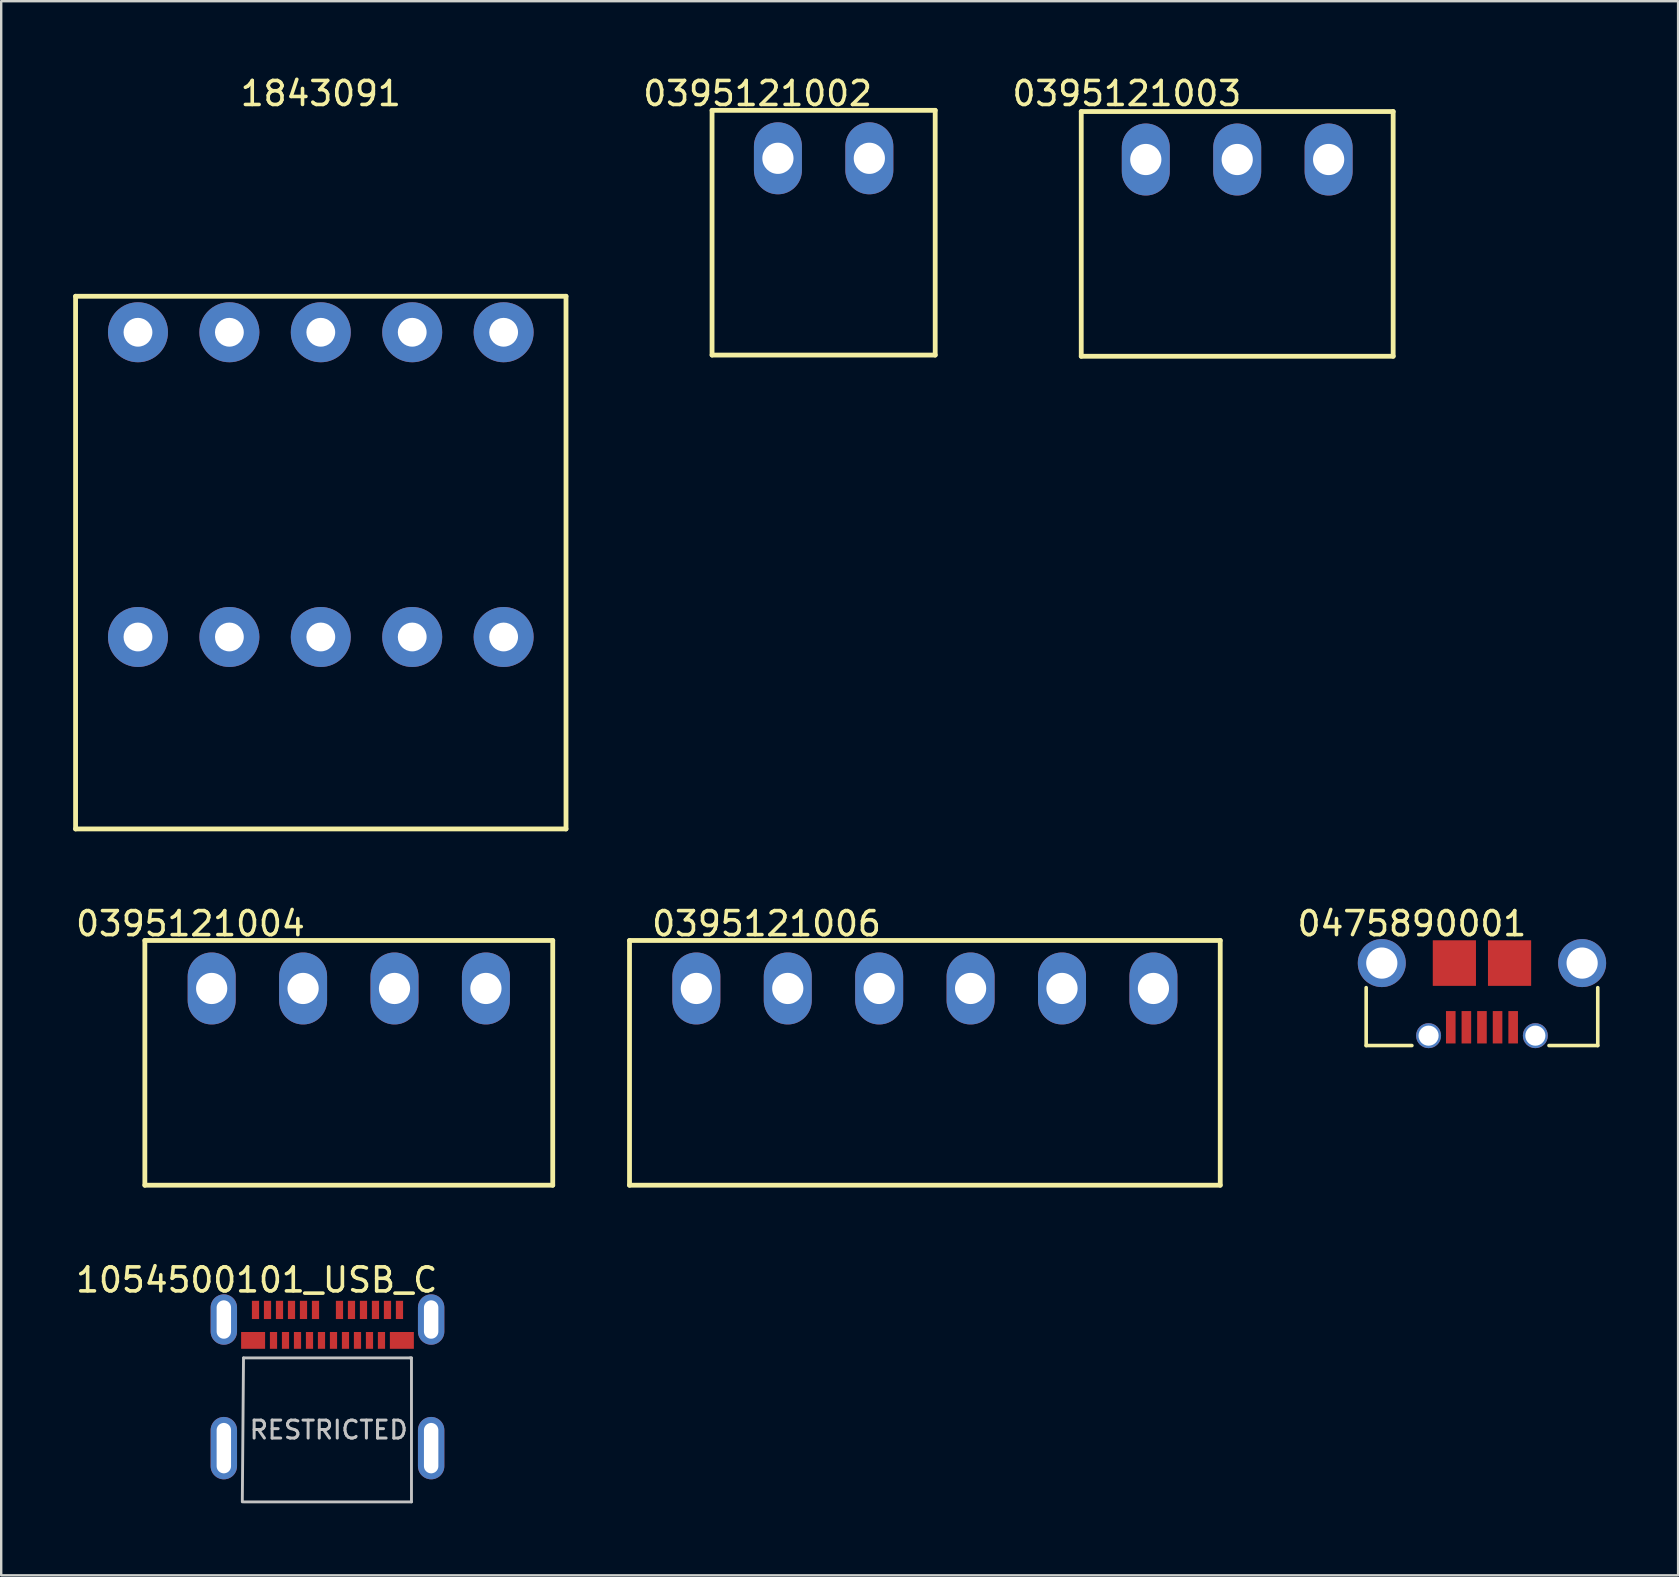
<source format=kicad_pcb>
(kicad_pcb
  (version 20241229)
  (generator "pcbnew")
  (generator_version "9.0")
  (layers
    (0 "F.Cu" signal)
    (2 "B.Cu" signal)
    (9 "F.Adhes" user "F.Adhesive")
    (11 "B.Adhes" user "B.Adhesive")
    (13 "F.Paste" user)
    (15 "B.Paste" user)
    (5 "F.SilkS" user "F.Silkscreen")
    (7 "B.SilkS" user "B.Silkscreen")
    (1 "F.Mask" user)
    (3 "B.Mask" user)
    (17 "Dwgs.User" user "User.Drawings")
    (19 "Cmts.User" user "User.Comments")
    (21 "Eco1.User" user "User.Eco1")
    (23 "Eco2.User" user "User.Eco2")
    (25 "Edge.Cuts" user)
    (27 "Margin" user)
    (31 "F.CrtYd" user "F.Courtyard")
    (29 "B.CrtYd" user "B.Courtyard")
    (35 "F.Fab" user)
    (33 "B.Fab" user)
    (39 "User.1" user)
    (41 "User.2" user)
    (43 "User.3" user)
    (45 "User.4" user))
  (footprint "0395121002"
    (layer "F.Cu")
    (at 31.277 3.548)
    (property "Reference" "0395121002" (at -2.75 -2.7 0) (layer "F.SilkS") (effects (font (size 1 1) (thickness 0.15))))
    (attr through_hole)
    (fp_line (start -4.65 -2) (end -4.65 8.2) (stroke (width 0.2) (type solid)) (layer "F.SilkS"))
    (fp_line (start -4.65 -2) (end 4.65 -2) (stroke (width 0.2) (type solid)) (layer "F.SilkS"))
    (fp_line (start -4.65 8.2) (end 4.65 8.2) (stroke (width 0.2) (type solid)) (layer "F.SilkS"))
    (fp_line (start 4.65 -2) (end 4.65 8.2) (stroke (width 0.2) (type solid)) (layer "F.SilkS"))
    (pad "1" thru_hole oval (at -1.905 0) (size 2 3) (drill 1.3) (layers "*.Cu" "*.Mask"))
    (pad "2" thru_hole oval (at 1.905 0) (size 2 3) (drill 1.3) (layers "*.Cu" "*.Mask")))
  (footprint "1843091"
    (layer "F.Cu")
    (at 10.32 10.798)
    (property "Reference" "1843091" (at 0 -9.95 0) (layer "F.SilkS") (effects (font (size 1 1) (thickness 0.15))))
    (attr through_hole)
    (fp_line (start -10.22 -1.5) (end -10.22 20.7) (stroke (width 0.2) (type solid)) (layer "F.SilkS"))
    (fp_line (start -10.22 -1.5) (end 10.22 -1.5) (stroke (width 0.2) (type solid)) (layer "F.SilkS"))
    (fp_line (start -10.22 20.7) (end 10.22 20.7) (stroke (width 0.2) (type solid)) (layer "F.SilkS"))
    (fp_line (start 10.22 -1.5) (end 10.22 20.7) (stroke (width 0.2) (type solid)) (layer "F.SilkS"))
    (pad "1" thru_hole circle (at -7.62 0) (size 2.5 2.5) (drill 1.2) (layers "*.Cu" "*.Mask"))
    (pad "2" thru_hole circle (at -3.81 0) (size 2.5 2.5) (drill 1.2) (layers "*.Cu" "*.Mask"))
    (pad "3" thru_hole circle (at 0 0) (size 2.5 2.5) (drill 1.2) (layers "*.Cu" "*.Mask"))
    (pad "4" thru_hole circle (at 3.81 0) (size 2.5 2.5) (drill 1.2) (layers "*.Cu" "*.Mask"))
    (pad "5" thru_hole circle (at 7.62 0) (size 2.5 2.5) (drill 1.2) (layers "*.Cu" "*.Mask"))
    (pad "6" thru_hole circle (at -7.62 12.7) (size 2.5 2.5) (drill 1.2) (layers "*.Cu" "*.Mask"))
    (pad "7" thru_hole circle (at -3.81 12.7) (size 2.5 2.5) (drill 1.2) (layers "*.Cu" "*.Mask"))
    (pad "8" thru_hole circle (at 0 12.7) (size 2.5 2.5) (drill 1.2) (layers "*.Cu" "*.Mask"))
    (pad "9" thru_hole circle (at 3.81 12.7) (size 2.5 2.5) (drill 1.2) (layers "*.Cu" "*.Mask"))
    (pad "10" thru_hole circle (at 7.62 12.7) (size 2.5 2.5) (drill 1.2) (layers "*.Cu" "*.Mask")))
  (footprint "0395121003"
    (layer "F.Cu")
    (at 48.514 3.598)
    (property "Reference" "0395121003" (at -4.6 -2.75 0) (layer "F.SilkS") (effects (font (size 1 1) (thickness 0.15))))
    (attr through_hole)
    (fp_line (start -6.5 -2) (end -6.5 8.2) (stroke (width 0.2) (type solid)) (layer "F.SilkS"))
    (fp_line (start -6.5 -2) (end 6.5 -2) (stroke (width 0.2) (type solid)) (layer "F.SilkS"))
    (fp_line (start -6.5 8.2) (end 6.5 8.2) (stroke (width 0.2) (type solid)) (layer "F.SilkS"))
    (fp_line (start 6.5 -2) (end 6.5 8.2) (stroke (width 0.2) (type solid)) (layer "F.SilkS"))
    (pad "1" thru_hole oval (at -3.81 0) (size 2 3) (drill 1.3) (layers "*.Cu" "*.Mask"))
    (pad "2" thru_hole oval (at 0 0) (size 2 3) (drill 1.3) (layers "*.Cu" "*.Mask"))
    (pad "3" thru_hole oval (at 3.81 0) (size 2 3) (drill 1.3) (layers "*.Cu" "*.Mask")))
  (footprint "0475890001"
    (layer "F.Cu")
    (at 58.715 39.764)
    (property "Reference" "0475890001" (at -2.921 -4.318 0) (layer "F.SilkS") (effects (font (size 1 1) (thickness 0.15))))
    (attr through_hole)
    (fp_line (start -4.826 0.762) (end -4.826 -1.651) (stroke (width 0.15) (type solid)) (layer "F.SilkS"))
    (fp_line (start -2.921 0.762) (end -4.826 0.762) (stroke (width 0.15) (type solid)) (layer "F.SilkS"))
    (fp_line (start 4.826 -1.651) (end 4.826 0.762) (stroke (width 0.15) (type solid)) (layer "F.SilkS"))
    (fp_line (start 4.826 0.762) (end 2.794 0.762) (stroke (width 0.15) (type solid)) (layer "F.SilkS"))
    (pad "1" smd rect (at 1.3 0) (size 0.4 1.35) (layers "F.Cu" "F.Mask" "F.Paste"))
    (pad "2" smd rect (at 0.65 0) (size 0.4 1.35) (layers "F.Cu" "F.Mask" "F.Paste"))
    (pad "3" smd rect (at 0 0) (size 0.4 1.35) (layers "F.Cu" "F.Mask" "F.Paste"))
    (pad "4" smd rect (at -0.65 0) (size 0.4 1.35) (layers "F.Cu" "F.Mask" "F.Paste"))
    (pad "5" smd rect (at -1.3 0) (size 0.4 1.35) (layers "F.Cu" "F.Mask" "F.Paste"))
    (pad "6" thru_hole circle (at -2.225 0.35) (size 1.041 1.041) (drill 0.838) (layers "*.Cu" "*.Mask"))
    (pad "7" thru_hole circle (at 2.225 0.35) (size 1.041 1.041) (drill 0.838) (layers "*.Cu" "*.Mask"))
    (pad "8" smd rect (at -1.15 -2.675) (size 1.8 1.9) (layers "F.Cu" "F.Mask" "F.Paste"))
    (pad "9" smd rect (at 1.15 -2.675) (size 1.8 1.9) (layers "F.Cu" "F.Mask" "F.Paste"))
    (pad "10" thru_hole circle (at -4.175 -2.675) (size 2 2) (drill 1.3) (layers "*.Cu" "*.Mask"))
    (pad "11" thru_hole circle (at 4.175 -2.675) (size 2 2) (drill 1.3) (layers "*.Cu" "*.Mask")))
  (footprint "0395121004"
    (layer "F.Cu")
    (at 11.487 38.147)
    (property "Reference" "0395121004" (at -6.6 -2.7 0) (layer "F.SilkS") (effects (font (size 1 1) (thickness 0.15))))
    (attr through_hole)
    (fp_line (start -8.5 -2) (end -8.5 8.2) (stroke (width 0.2) (type solid)) (layer "F.SilkS"))
    (fp_line (start -8.5 -2) (end 8.5 -2) (stroke (width 0.2) (type solid)) (layer "F.SilkS"))
    (fp_line (start -8.5 8.2) (end 8.5 8.2) (stroke (width 0.2) (type solid)) (layer "F.SilkS"))
    (fp_line (start 8.5 -2) (end 8.5 8.2) (stroke (width 0.2) (type solid)) (layer "F.SilkS"))
    (pad "1" thru_hole oval (at -5.715 0) (size 2 3) (drill 1.3) (layers "*.Cu" "*.Mask"))
    (pad "2" thru_hole oval (at -1.905 0) (size 2 3) (drill 1.3) (layers "*.Cu" "*.Mask"))
    (pad "3" thru_hole oval (at 1.905 0) (size 2 3) (drill 1.3) (layers "*.Cu" "*.Mask"))
    (pad "4" thru_hole oval (at 5.715 0) (size 2 3) (drill 1.3) (layers "*.Cu" "*.Mask")))
  (footprint "0395121006"
    (layer "F.Cu")
    (at 35.497 38.147)
    (property "Reference" "0395121006" (at -6.6 -2.7 0) (layer "F.SilkS") (effects (font (size 1 1) (thickness 0.15))))
    (attr through_hole)
    (fp_line (start -12.31 -2) (end -12.31 8.2) (stroke (width 0.2) (type solid)) (layer "F.SilkS"))
    (fp_line (start -12.31 -2) (end 12.31 -2) (stroke (width 0.2) (type solid)) (layer "F.SilkS"))
    (fp_line (start -12.31 8.2) (end 12.31 8.2) (stroke (width 0.2) (type solid)) (layer "F.SilkS"))
    (fp_line (start 12.31 -2) (end 12.31 8.2) (stroke (width 0.2) (type solid)) (layer "F.SilkS"))
    (pad "1" thru_hole oval (at -9.525 0) (size 2 3) (drill 1.3) (layers "*.Cu" "*.Mask"))
    (pad "2" thru_hole oval (at -5.715 0) (size 2 3) (drill 1.3) (layers "*.Cu" "*.Mask"))
    (pad "3" thru_hole oval (at -1.905 0) (size 2 3) (drill 1.3) (layers "*.Cu" "*.Mask"))
    (pad "4" thru_hole oval (at 1.905 0) (size 2 3) (drill 1.3) (layers "*.Cu" "*.Mask"))
    (pad "5" thru_hole oval (at 5.715 0) (size 2 3) (drill 1.3) (layers "*.Cu" "*.Mask"))
    (pad "6" thru_hole oval (at 9.525 0) (size 2 3) (drill 1.3) (layers "*.Cu" "*.Mask")))
  (footprint "1054500101_USB_C"
    (layer "F.Cu")
    (at 10.599 51.545)
    (property "Reference" "1054500101_USB_C" (at -2.95 -1.25 0) (layer "F.SilkS") (effects (font (size 1 1) (thickness 0.15))))
    (attr through_hole)
    (fp_line (start -3.55 8) (end -3.5 2) (stroke (width 0.12) (type solid)) (layer "Dwgs.User"))
    (fp_line (start -3.5 2) (end 3.45 2) (stroke (width 0.12) (type solid)) (layer "Dwgs.User"))
    (fp_line (start 3.45 2) (end 3.5 2) (stroke (width 0.12) (type solid)) (layer "Dwgs.User"))
    (fp_line (start 3.5 2) (end 3.5 8) (stroke (width 0.12) (type solid)) (layer "Dwgs.User"))
    (fp_line (start 3.5 8) (end -3.5 8) (stroke (width 0.12) (type solid)) (layer "Dwgs.User"))
    (fp_text user "RESTRICTED" (at 0.05 5 0) (layer "Dwgs.User") (effects (font (size 0.75 0.75) (thickness 0.125))))
    (pad "A1" smd rect (at -3 0) (size 0.3 0.76) (layers "F.Cu" "F.Mask" "F.Paste"))
    (pad "A2" smd rect (at -2.5 0) (size 0.3 0.76) (layers "F.Cu" "F.Mask" "F.Paste"))
    (pad "A3" smd rect (at -2 0) (size 0.3 0.76) (layers "F.Cu" "F.Mask" "F.Paste"))
    (pad "A4" smd rect (at -1.5 0) (size 0.3 0.76) (layers "F.Cu" "F.Mask" "F.Paste"))
    (pad "A5" smd rect (at -1 0) (size 0.3 0.76) (layers "F.Cu" "F.Mask" "F.Paste"))
    (pad "A6" smd rect (at -0.5 0) (size 0.3 0.76) (layers "F.Cu" "F.Mask" "F.Paste"))
    (pad "A7" smd rect (at 0.5 0) (size 0.3 0.76) (layers "F.Cu" "F.Mask" "F.Paste"))
    (pad "A8" smd rect (at 1 0) (size 0.3 0.76) (layers "F.Cu" "F.Mask" "F.Paste"))
    (pad "A9" smd rect (at 1.5 0) (size 0.3 0.76) (layers "F.Cu" "F.Mask" "F.Paste"))
    (pad "A10" smd rect (at 2 0) (size 0.3 0.76) (layers "F.Cu" "F.Mask" "F.Paste"))
    (pad "A11" smd rect (at 2.5 0) (size 0.3 0.76) (layers "F.Cu" "F.Mask" "F.Paste"))
    (pad "A12" smd rect (at 3 0) (size 0.3 0.76) (layers "F.Cu" "F.Mask" "F.Paste"))
    (pad "B1" smd rect (at 3.1 1.27) (size 1 0.7) (layers "F.Cu" "F.Mask" "F.Paste"))
    (pad "B2" smd rect (at 2.25 1.27) (size 0.3 0.7) (layers "F.Cu" "F.Mask" "F.Paste"))
    (pad "B3" smd rect (at 1.75 1.27) (size 0.3 0.7) (layers "F.Cu" "F.Mask" "F.Paste"))
    (pad "B4" smd rect (at 1.25 1.27) (size 0.3 0.7) (layers "F.Cu" "F.Mask" "F.Paste"))
    (pad "B5" smd rect (at 0.75 1.27) (size 0.3 0.7) (layers "F.Cu" "F.Mask" "F.Paste"))
    (pad "B6" smd rect (at 0.25 1.27) (size 0.3 0.7) (layers "F.Cu" "F.Mask" "F.Paste"))
    (pad "B7" smd rect (at -0.25 1.27) (size 0.3 0.7) (layers "F.Cu" "F.Mask" "F.Paste"))
    (pad "B8" smd rect (at -0.75 1.27) (size 0.3 0.7) (layers "F.Cu" "F.Mask" "F.Paste"))
    (pad "B9" smd rect (at -1.25 1.27) (size 0.3 0.7) (layers "F.Cu" "F.Mask" "F.Paste"))
    (pad "B10" smd rect (at -1.75 1.27) (size 0.3 0.7) (layers "F.Cu" "F.Mask" "F.Paste"))
    (pad "B11" smd rect (at -2.25 1.27) (size 0.3 0.7) (layers "F.Cu" "F.Mask" "F.Paste"))
    (pad "B12" smd rect (at -3.1 1.27) (size 1 0.7) (layers "F.Cu" "F.Mask" "F.Paste"))
    (pad "SH1" thru_hole oval (at -4.32 0.4) (size 1.1 2.1) (drill oval 0.6 1.6) (layers "*.Cu" "*.Mask"))
    (pad "SH1" thru_hole oval (at -4.32 5.76) (size 1.1 2.6) (drill oval 0.6 2.1) (layers "*.Cu" "*.Mask"))
    (pad "SH1" thru_hole oval (at 4.32 0.4) (size 1.1 2.1) (drill oval 0.6 1.6) (layers "*.Cu" "*.Mask"))
    (pad "SH1" thru_hole oval (at 4.32 5.76) (size 1.1 2.6) (drill oval 0.6 2.1) (layers "*.Cu" "*.Mask")))
  (gr_rect
    (start -3 -3)
    (end 66.89 62.605)
    (stroke (width 0.1) (type default))
    (fill no)
    (layer "Edge.Cuts")))
</source>
